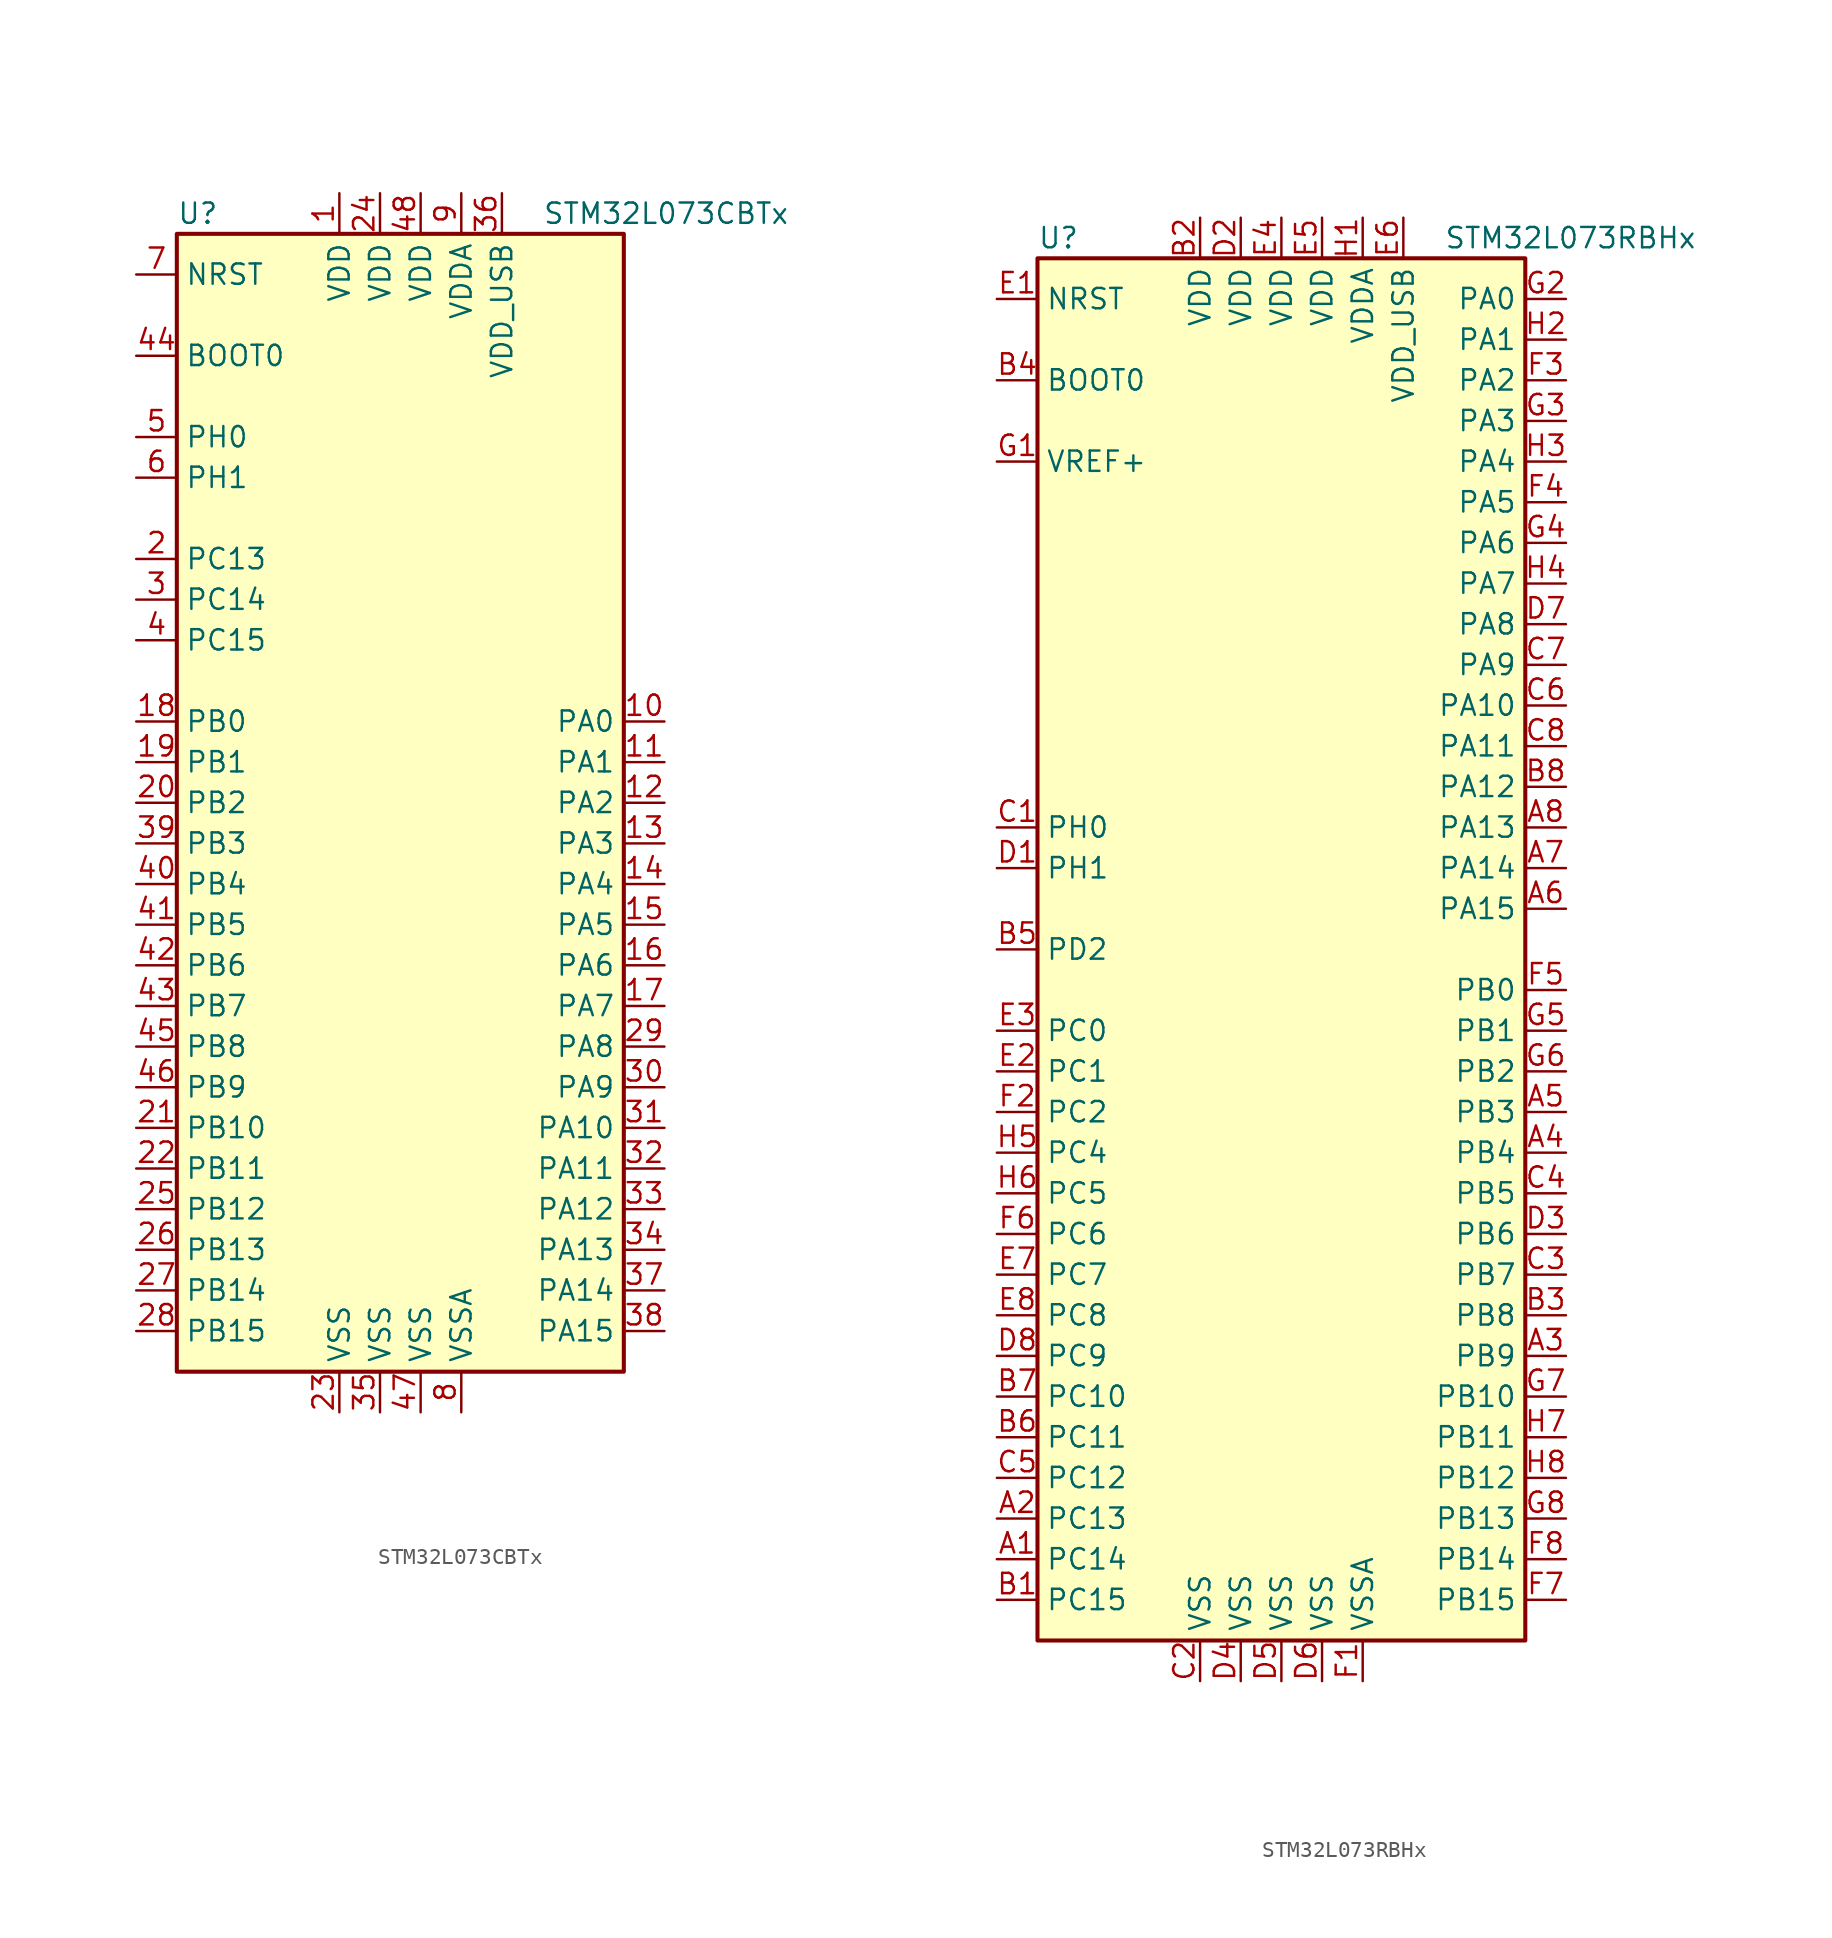
<source format=kicad_sym>
(kicad_symbol_lib
  (version 20201005)
  (generator kicad_symbol_editor)
  (symbol "MCU_ST_STM32L0:STM32L073CBTx"
    (property "Reference" "U"
      (at -15.24 36.83 0)
      (effects (font (size 1.27 1.27)) (justify left)))
    (property "Value" "STM32L073CBTx"
      (at 7.62 36.83 0)
      (effects (font (size 1.27 1.27)) (justify left)))
    (symbol "STM32L073CBTx_0_1"
      (rectangle (start -15.24 -35.56) (end 12.7 35.56) (stroke (width 0.254)) (fill (type background))))
    (symbol "STM32L073CBTx_1_1"
      (pin input line (at -17.78 27.94 0) (length 2.54) (name "BOOT0" (effects (font (size 1.27 1.27)))) (number "44" (effects (font (size 1.27 1.27)))))
      (pin input line (at -17.78 33.02 0) (length 2.54) (name "NRST" (effects (font (size 1.27 1.27)))) (number "7" (effects (font (size 1.27 1.27)))))
      (pin bidirectional line (at 15.24 5.08 180) (length 2.54) (name "PA0" (effects (font (size 1.27 1.27)))) (number "10" (effects (font (size 1.27 1.27)))))
      (pin bidirectional line (at 15.24 2.54 180) (length 2.54) (name "PA1" (effects (font (size 1.27 1.27)))) (number "11" (effects (font (size 1.27 1.27)))))
      (pin bidirectional line (at 15.24 -20.32 180) (length 2.54) (name "PA10" (effects (font (size 1.27 1.27)))) (number "31" (effects (font (size 1.27 1.27)))))
      (pin bidirectional line (at 15.24 -22.86 180) (length 2.54) (name "PA11" (effects (font (size 1.27 1.27)))) (number "32" (effects (font (size 1.27 1.27)))))
      (pin bidirectional line (at 15.24 -25.4 180) (length 2.54) (name "PA12" (effects (font (size 1.27 1.27)))) (number "33" (effects (font (size 1.27 1.27)))))
      (pin bidirectional line (at 15.24 -27.94 180) (length 2.54) (name "PA13" (effects (font (size 1.27 1.27)))) (number "34" (effects (font (size 1.27 1.27)))))
      (pin bidirectional line (at 15.24 -30.48 180) (length 2.54) (name "PA14" (effects (font (size 1.27 1.27)))) (number "37" (effects (font (size 1.27 1.27)))))
      (pin bidirectional line (at 15.24 -33.02 180) (length 2.54) (name "PA15" (effects (font (size 1.27 1.27)))) (number "38" (effects (font (size 1.27 1.27)))))
      (pin bidirectional line (at 15.24 0 180) (length 2.54) (name "PA2" (effects (font (size 1.27 1.27)))) (number "12" (effects (font (size 1.27 1.27)))))
      (pin bidirectional line (at 15.24 -2.54 180) (length 2.54) (name "PA3" (effects (font (size 1.27 1.27)))) (number "13" (effects (font (size 1.27 1.27)))))
      (pin bidirectional line (at 15.24 -5.08 180) (length 2.54) (name "PA4" (effects (font (size 1.27 1.27)))) (number "14" (effects (font (size 1.27 1.27)))))
      (pin bidirectional line (at 15.24 -7.62 180) (length 2.54) (name "PA5" (effects (font (size 1.27 1.27)))) (number "15" (effects (font (size 1.27 1.27)))))
      (pin bidirectional line (at 15.24 -10.16 180) (length 2.54) (name "PA6" (effects (font (size 1.27 1.27)))) (number "16" (effects (font (size 1.27 1.27)))))
      (pin bidirectional line (at 15.24 -12.7 180) (length 2.54) (name "PA7" (effects (font (size 1.27 1.27)))) (number "17" (effects (font (size 1.27 1.27)))))
      (pin bidirectional line (at 15.24 -15.24 180) (length 2.54) (name "PA8" (effects (font (size 1.27 1.27)))) (number "29" (effects (font (size 1.27 1.27)))))
      (pin bidirectional line (at 15.24 -17.78 180) (length 2.54) (name "PA9" (effects (font (size 1.27 1.27)))) (number "30" (effects (font (size 1.27 1.27)))))
      (pin bidirectional line (at -17.78 5.08 0) (length 2.54) (name "PB0" (effects (font (size 1.27 1.27)))) (number "18" (effects (font (size 1.27 1.27)))))
      (pin bidirectional line (at -17.78 2.54 0) (length 2.54) (name "PB1" (effects (font (size 1.27 1.27)))) (number "19" (effects (font (size 1.27 1.27)))))
      (pin bidirectional line (at -17.78 -20.32 0) (length 2.54) (name "PB10" (effects (font (size 1.27 1.27)))) (number "21" (effects (font (size 1.27 1.27)))))
      (pin bidirectional line (at -17.78 -22.86 0) (length 2.54) (name "PB11" (effects (font (size 1.27 1.27)))) (number "22" (effects (font (size 1.27 1.27)))))
      (pin bidirectional line (at -17.78 -25.4 0) (length 2.54) (name "PB12" (effects (font (size 1.27 1.27)))) (number "25" (effects (font (size 1.27 1.27)))))
      (pin bidirectional line (at -17.78 -27.94 0) (length 2.54) (name "PB13" (effects (font (size 1.27 1.27)))) (number "26" (effects (font (size 1.27 1.27)))))
      (pin bidirectional line (at -17.78 -30.48 0) (length 2.54) (name "PB14" (effects (font (size 1.27 1.27)))) (number "27" (effects (font (size 1.27 1.27)))))
      (pin bidirectional line (at -17.78 -33.02 0) (length 2.54) (name "PB15" (effects (font (size 1.27 1.27)))) (number "28" (effects (font (size 1.27 1.27)))))
      (pin bidirectional line (at -17.78 0 0) (length 2.54) (name "PB2" (effects (font (size 1.27 1.27)))) (number "20" (effects (font (size 1.27 1.27)))))
      (pin bidirectional line (at -17.78 -2.54 0) (length 2.54) (name "PB3" (effects (font (size 1.27 1.27)))) (number "39" (effects (font (size 1.27 1.27)))))
      (pin bidirectional line (at -17.78 -5.08 0) (length 2.54) (name "PB4" (effects (font (size 1.27 1.27)))) (number "40" (effects (font (size 1.27 1.27)))))
      (pin bidirectional line (at -17.78 -7.62 0) (length 2.54) (name "PB5" (effects (font (size 1.27 1.27)))) (number "41" (effects (font (size 1.27 1.27)))))
      (pin bidirectional line (at -17.78 -10.16 0) (length 2.54) (name "PB6" (effects (font (size 1.27 1.27)))) (number "42" (effects (font (size 1.27 1.27)))))
      (pin bidirectional line (at -17.78 -12.7 0) (length 2.54) (name "PB7" (effects (font (size 1.27 1.27)))) (number "43" (effects (font (size 1.27 1.27)))))
      (pin bidirectional line (at -17.78 -15.24 0) (length 2.54) (name "PB8" (effects (font (size 1.27 1.27)))) (number "45" (effects (font (size 1.27 1.27)))))
      (pin bidirectional line (at -17.78 -17.78 0) (length 2.54) (name "PB9" (effects (font (size 1.27 1.27)))) (number "46" (effects (font (size 1.27 1.27)))))
      (pin bidirectional line (at -17.78 15.24 0) (length 2.54) (name "PC13" (effects (font (size 1.27 1.27)))) (number "2" (effects (font (size 1.27 1.27)))))
      (pin bidirectional line (at -17.78 12.7 0) (length 2.54) (name "PC14" (effects (font (size 1.27 1.27)))) (number "3" (effects (font (size 1.27 1.27)))))
      (pin bidirectional line (at -17.78 10.16 0) (length 2.54) (name "PC15" (effects (font (size 1.27 1.27)))) (number "4" (effects (font (size 1.27 1.27)))))
      (pin input line (at -17.78 22.86 0) (length 2.54) (name "PH0" (effects (font (size 1.27 1.27)))) (number "5" (effects (font (size 1.27 1.27)))))
      (pin input line (at -17.78 20.32 0) (length 2.54) (name "PH1" (effects (font (size 1.27 1.27)))) (number "6" (effects (font (size 1.27 1.27)))))
      (pin power_in line (at -5.08 38.1 270) (length 2.54) (name "VDD" (effects (font (size 1.27 1.27)))) (number "1" (effects (font (size 1.27 1.27)))))
      (pin power_in line (at -2.54 38.1 270) (length 2.54) (name "VDD" (effects (font (size 1.27 1.27)))) (number "24" (effects (font (size 1.27 1.27)))))
      (pin power_in line (at 0 38.1 270) (length 2.54) (name "VDD" (effects (font (size 1.27 1.27)))) (number "48" (effects (font (size 1.27 1.27)))))
      (pin power_in line (at 2.54 38.1 270) (length 2.54) (name "VDDA" (effects (font (size 1.27 1.27)))) (number "9" (effects (font (size 1.27 1.27)))))
      (pin power_in line (at 5.08 38.1 270) (length 2.54) (name "VDD_USB" (effects (font (size 1.27 1.27)))) (number "36" (effects (font (size 1.27 1.27)))))
      (pin power_in line (at -5.08 -38.1 90) (length 2.54) (name "VSS" (effects (font (size 1.27 1.27)))) (number "23" (effects (font (size 1.27 1.27)))))
      (pin power_in line (at -2.54 -38.1 90) (length 2.54) (name "VSS" (effects (font (size 1.27 1.27)))) (number "35" (effects (font (size 1.27 1.27)))))
      (pin power_in line (at 0 -38.1 90) (length 2.54) (name "VSS" (effects (font (size 1.27 1.27)))) (number "47" (effects (font (size 1.27 1.27)))))
      (pin power_in line (at 2.54 -38.1 90) (length 2.54) (name "VSSA" (effects (font (size 1.27 1.27)))) (number "8" (effects (font (size 1.27 1.27)))))))
  (symbol "MCU_ST_STM32L0:STM32L073RBHx"
    (property "Reference" "U"
      (at -15.24 44.45 0)
      (effects (font (size 1.27 1.27)) (justify left)))
    (property "Value" "STM32L073RBHx"
      (at 10.16 44.45 0)
      (effects (font (size 1.27 1.27)) (justify left)))
    (symbol "STM32L073RBHx_0_1"
      (rectangle (start -15.24 -43.18) (end 15.24 43.18) (stroke (width 0.254)) (fill (type background))))
    (symbol "STM32L073RBHx_1_1"
      (pin input line (at -17.78 35.56 0) (length 2.54) (name "BOOT0" (effects (font (size 1.27 1.27)))) (number "B4" (effects (font (size 1.27 1.27)))))
      (pin input line (at -17.78 40.64 0) (length 2.54) (name "NRST" (effects (font (size 1.27 1.27)))) (number "E1" (effects (font (size 1.27 1.27)))))
      (pin bidirectional line (at 17.78 40.64 180) (length 2.54) (name "PA0" (effects (font (size 1.27 1.27)))) (number "G2" (effects (font (size 1.27 1.27)))))
      (pin bidirectional line (at 17.78 38.1 180) (length 2.54) (name "PA1" (effects (font (size 1.27 1.27)))) (number "H2" (effects (font (size 1.27 1.27)))))
      (pin bidirectional line (at 17.78 15.24 180) (length 2.54) (name "PA10" (effects (font (size 1.27 1.27)))) (number "C6" (effects (font (size 1.27 1.27)))))
      (pin bidirectional line (at 17.78 12.7 180) (length 2.54) (name "PA11" (effects (font (size 1.27 1.27)))) (number "C8" (effects (font (size 1.27 1.27)))))
      (pin bidirectional line (at 17.78 10.16 180) (length 2.54) (name "PA12" (effects (font (size 1.27 1.27)))) (number "B8" (effects (font (size 1.27 1.27)))))
      (pin bidirectional line (at 17.78 7.62 180) (length 2.54) (name "PA13" (effects (font (size 1.27 1.27)))) (number "A8" (effects (font (size 1.27 1.27)))))
      (pin bidirectional line (at 17.78 5.08 180) (length 2.54) (name "PA14" (effects (font (size 1.27 1.27)))) (number "A7" (effects (font (size 1.27 1.27)))))
      (pin bidirectional line (at 17.78 2.54 180) (length 2.54) (name "PA15" (effects (font (size 1.27 1.27)))) (number "A6" (effects (font (size 1.27 1.27)))))
      (pin bidirectional line (at 17.78 35.56 180) (length 2.54) (name "PA2" (effects (font (size 1.27 1.27)))) (number "F3" (effects (font (size 1.27 1.27)))))
      (pin bidirectional line (at 17.78 33.02 180) (length 2.54) (name "PA3" (effects (font (size 1.27 1.27)))) (number "G3" (effects (font (size 1.27 1.27)))))
      (pin bidirectional line (at 17.78 30.48 180) (length 2.54) (name "PA4" (effects (font (size 1.27 1.27)))) (number "H3" (effects (font (size 1.27 1.27)))))
      (pin bidirectional line (at 17.78 27.94 180) (length 2.54) (name "PA5" (effects (font (size 1.27 1.27)))) (number "F4" (effects (font (size 1.27 1.27)))))
      (pin bidirectional line (at 17.78 25.4 180) (length 2.54) (name "PA6" (effects (font (size 1.27 1.27)))) (number "G4" (effects (font (size 1.27 1.27)))))
      (pin bidirectional line (at 17.78 22.86 180) (length 2.54) (name "PA7" (effects (font (size 1.27 1.27)))) (number "H4" (effects (font (size 1.27 1.27)))))
      (pin bidirectional line (at 17.78 20.32 180) (length 2.54) (name "PA8" (effects (font (size 1.27 1.27)))) (number "D7" (effects (font (size 1.27 1.27)))))
      (pin bidirectional line (at 17.78 17.78 180) (length 2.54) (name "PA9" (effects (font (size 1.27 1.27)))) (number "C7" (effects (font (size 1.27 1.27)))))
      (pin bidirectional line (at 17.78 -2.54 180) (length 2.54) (name "PB0" (effects (font (size 1.27 1.27)))) (number "F5" (effects (font (size 1.27 1.27)))))
      (pin bidirectional line (at 17.78 -5.08 180) (length 2.54) (name "PB1" (effects (font (size 1.27 1.27)))) (number "G5" (effects (font (size 1.27 1.27)))))
      (pin bidirectional line (at 17.78 -27.94 180) (length 2.54) (name "PB10" (effects (font (size 1.27 1.27)))) (number "G7" (effects (font (size 1.27 1.27)))))
      (pin bidirectional line (at 17.78 -30.48 180) (length 2.54) (name "PB11" (effects (font (size 1.27 1.27)))) (number "H7" (effects (font (size 1.27 1.27)))))
      (pin bidirectional line (at 17.78 -33.02 180) (length 2.54) (name "PB12" (effects (font (size 1.27 1.27)))) (number "H8" (effects (font (size 1.27 1.27)))))
      (pin bidirectional line (at 17.78 -35.56 180) (length 2.54) (name "PB13" (effects (font (size 1.27 1.27)))) (number "G8" (effects (font (size 1.27 1.27)))))
      (pin bidirectional line (at 17.78 -38.1 180) (length 2.54) (name "PB14" (effects (font (size 1.27 1.27)))) (number "F8" (effects (font (size 1.27 1.27)))))
      (pin bidirectional line (at 17.78 -40.64 180) (length 2.54) (name "PB15" (effects (font (size 1.27 1.27)))) (number "F7" (effects (font (size 1.27 1.27)))))
      (pin bidirectional line (at 17.78 -7.62 180) (length 2.54) (name "PB2" (effects (font (size 1.27 1.27)))) (number "G6" (effects (font (size 1.27 1.27)))))
      (pin bidirectional line (at 17.78 -10.16 180) (length 2.54) (name "PB3" (effects (font (size 1.27 1.27)))) (number "A5" (effects (font (size 1.27 1.27)))))
      (pin bidirectional line (at 17.78 -12.7 180) (length 2.54) (name "PB4" (effects (font (size 1.27 1.27)))) (number "A4" (effects (font (size 1.27 1.27)))))
      (pin bidirectional line (at 17.78 -15.24 180) (length 2.54) (name "PB5" (effects (font (size 1.27 1.27)))) (number "C4" (effects (font (size 1.27 1.27)))))
      (pin bidirectional line (at 17.78 -17.78 180) (length 2.54) (name "PB6" (effects (font (size 1.27 1.27)))) (number "D3" (effects (font (size 1.27 1.27)))))
      (pin bidirectional line (at 17.78 -20.32 180) (length 2.54) (name "PB7" (effects (font (size 1.27 1.27)))) (number "C3" (effects (font (size 1.27 1.27)))))
      (pin bidirectional line (at 17.78 -22.86 180) (length 2.54) (name "PB8" (effects (font (size 1.27 1.27)))) (number "B3" (effects (font (size 1.27 1.27)))))
      (pin bidirectional line (at 17.78 -25.4 180) (length 2.54) (name "PB9" (effects (font (size 1.27 1.27)))) (number "A3" (effects (font (size 1.27 1.27)))))
      (pin bidirectional line (at -17.78 -5.08 0) (length 2.54) (name "PC0" (effects (font (size 1.27 1.27)))) (number "E3" (effects (font (size 1.27 1.27)))))
      (pin bidirectional line (at -17.78 -7.62 0) (length 2.54) (name "PC1" (effects (font (size 1.27 1.27)))) (number "E2" (effects (font (size 1.27 1.27)))))
      (pin bidirectional line (at -17.78 -27.94 0) (length 2.54) (name "PC10" (effects (font (size 1.27 1.27)))) (number "B7" (effects (font (size 1.27 1.27)))))
      (pin bidirectional line (at -17.78 -30.48 0) (length 2.54) (name "PC11" (effects (font (size 1.27 1.27)))) (number "B6" (effects (font (size 1.27 1.27)))))
      (pin bidirectional line (at -17.78 -33.02 0) (length 2.54) (name "PC12" (effects (font (size 1.27 1.27)))) (number "C5" (effects (font (size 1.27 1.27)))))
      (pin bidirectional line (at -17.78 -35.56 0) (length 2.54) (name "PC13" (effects (font (size 1.27 1.27)))) (number "A2" (effects (font (size 1.27 1.27)))))
      (pin bidirectional line (at -17.78 -38.1 0) (length 2.54) (name "PC14" (effects (font (size 1.27 1.27)))) (number "A1" (effects (font (size 1.27 1.27)))))
      (pin bidirectional line (at -17.78 -40.64 0) (length 2.54) (name "PC15" (effects (font (size 1.27 1.27)))) (number "B1" (effects (font (size 1.27 1.27)))))
      (pin bidirectional line (at -17.78 -10.16 0) (length 2.54) (name "PC2" (effects (font (size 1.27 1.27)))) (number "F2" (effects (font (size 1.27 1.27)))))
      (pin bidirectional line (at -17.78 -12.7 0) (length 2.54) (name "PC4" (effects (font (size 1.27 1.27)))) (number "H5" (effects (font (size 1.27 1.27)))))
      (pin bidirectional line (at -17.78 -15.24 0) (length 2.54) (name "PC5" (effects (font (size 1.27 1.27)))) (number "H6" (effects (font (size 1.27 1.27)))))
      (pin bidirectional line (at -17.78 -17.78 0) (length 2.54) (name "PC6" (effects (font (size 1.27 1.27)))) (number "F6" (effects (font (size 1.27 1.27)))))
      (pin bidirectional line (at -17.78 -20.32 0) (length 2.54) (name "PC7" (effects (font (size 1.27 1.27)))) (number "E7" (effects (font (size 1.27 1.27)))))
      (pin bidirectional line (at -17.78 -22.86 0) (length 2.54) (name "PC8" (effects (font (size 1.27 1.27)))) (number "E8" (effects (font (size 1.27 1.27)))))
      (pin bidirectional line (at -17.78 -25.4 0) (length 2.54) (name "PC9" (effects (font (size 1.27 1.27)))) (number "D8" (effects (font (size 1.27 1.27)))))
      (pin bidirectional line (at -17.78 0 0) (length 2.54) (name "PD2" (effects (font (size 1.27 1.27)))) (number "B5" (effects (font (size 1.27 1.27)))))
      (pin input line (at -17.78 7.62 0) (length 2.54) (name "PH0" (effects (font (size 1.27 1.27)))) (number "C1" (effects (font (size 1.27 1.27)))))
      (pin input line (at -17.78 5.08 0) (length 2.54) (name "PH1" (effects (font (size 1.27 1.27)))) (number "D1" (effects (font (size 1.27 1.27)))))
      (pin power_in line (at -5.08 45.72 270) (length 2.54) (name "VDD" (effects (font (size 1.27 1.27)))) (number "B2" (effects (font (size 1.27 1.27)))))
      (pin power_in line (at -2.54 45.72 270) (length 2.54) (name "VDD" (effects (font (size 1.27 1.27)))) (number "D2" (effects (font (size 1.27 1.27)))))
      (pin power_in line (at 0 45.72 270) (length 2.54) (name "VDD" (effects (font (size 1.27 1.27)))) (number "E4" (effects (font (size 1.27 1.27)))))
      (pin power_in line (at 2.54 45.72 270) (length 2.54) (name "VDD" (effects (font (size 1.27 1.27)))) (number "E5" (effects (font (size 1.27 1.27)))))
      (pin power_in line (at 5.08 45.72 270) (length 2.54) (name "VDDA" (effects (font (size 1.27 1.27)))) (number "H1" (effects (font (size 1.27 1.27)))))
      (pin power_in line (at 7.62 45.72 270) (length 2.54) (name "VDD_USB" (effects (font (size 1.27 1.27)))) (number "E6" (effects (font (size 1.27 1.27)))))
      (pin power_in line (at -17.78 30.48 0) (length 2.54) (name "VREF+" (effects (font (size 1.27 1.27)))) (number "G1" (effects (font (size 1.27 1.27)))))
      (pin power_in line (at -5.08 -45.72 90) (length 2.54) (name "VSS" (effects (font (size 1.27 1.27)))) (number "C2" (effects (font (size 1.27 1.27)))))
      (pin power_in line (at -2.54 -45.72 90) (length 2.54) (name "VSS" (effects (font (size 1.27 1.27)))) (number "D4" (effects (font (size 1.27 1.27)))))
      (pin power_in line (at 0 -45.72 90) (length 2.54) (name "VSS" (effects (font (size 1.27 1.27)))) (number "D5" (effects (font (size 1.27 1.27)))))
      (pin power_in line (at 2.54 -45.72 90) (length 2.54) (name "VSS" (effects (font (size 1.27 1.27)))) (number "D6" (effects (font (size 1.27 1.27)))))
      (pin power_in line (at 5.08 -45.72 90) (length 2.54) (name "VSSA" (effects (font (size 1.27 1.27)))) (number "F1" (effects (font (size 1.27 1.27))))))))
</source>
